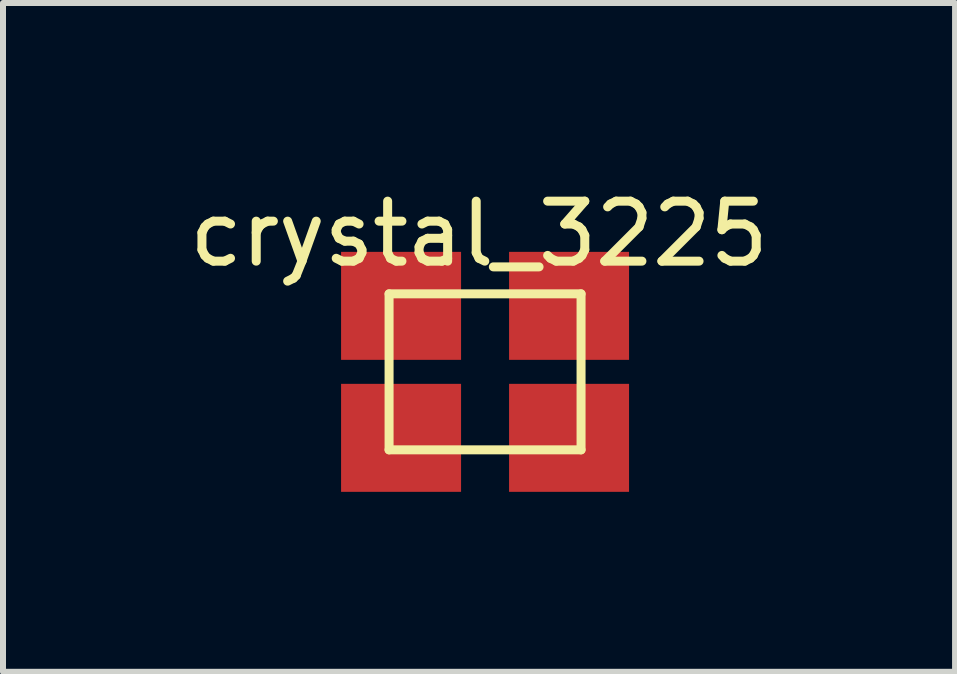
<source format=kicad_pcb>
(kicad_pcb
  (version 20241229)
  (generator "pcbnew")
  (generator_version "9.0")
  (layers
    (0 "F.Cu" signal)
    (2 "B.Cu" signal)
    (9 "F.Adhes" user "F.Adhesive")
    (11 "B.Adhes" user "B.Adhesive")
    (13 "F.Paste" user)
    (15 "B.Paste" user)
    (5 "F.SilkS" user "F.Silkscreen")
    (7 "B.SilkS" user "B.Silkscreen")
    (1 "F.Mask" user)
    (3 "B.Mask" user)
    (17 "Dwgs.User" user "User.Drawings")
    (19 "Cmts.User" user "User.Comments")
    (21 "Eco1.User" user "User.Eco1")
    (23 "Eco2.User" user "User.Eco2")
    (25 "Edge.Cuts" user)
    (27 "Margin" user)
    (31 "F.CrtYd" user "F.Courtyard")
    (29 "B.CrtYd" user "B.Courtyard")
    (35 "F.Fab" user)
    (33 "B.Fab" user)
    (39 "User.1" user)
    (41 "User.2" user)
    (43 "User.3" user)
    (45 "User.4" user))
  (footprint "crystal_3225"
    (layer "F.Cu")
    (at 5.035 3.148)
    (property "Reference" "crystal_3225" (at -0.1 -2.3 0) (layer "F.SilkS") (effects (font (size 1 1) (thickness 0.15))))
    (attr through_hole)
    (fp_line (start -1.6 -1.3) (end 1.6 -1.3) (stroke (width 0.15) (type solid)) (layer "F.SilkS"))
    (fp_line (start -1.6 1.3) (end -1.6 -1.3) (stroke (width 0.15) (type solid)) (layer "F.SilkS"))
    (fp_line (start 1.6 -1.3) (end 1.6 1.3) (stroke (width 0.15) (type solid)) (layer "F.SilkS"))
    (fp_line (start 1.6 1.3) (end -1.6 1.3) (stroke (width 0.15) (type solid)) (layer "F.SilkS"))
    (pad "1" smd rect (at -1.4 1.1) (size 2 1.8) (layers "F.Cu" "F.Mask" "F.Paste"))
    (pad "2" smd rect (at 1.4 -1.1) (size 2 1.8) (layers "F.Cu" "F.Mask" "F.Paste"))
    (pad "3" smd rect (at -1.4 -1.1) (size 2 1.8) (layers "F.Cu" "F.Mask" "F.Paste"))
    (pad "3" smd rect (at 1.4 1.1) (size 2 1.8) (layers "F.Cu" "F.Mask" "F.Paste")))
  (gr_rect
    (start -3 -3)
    (end 12.869 8.148)
    (stroke (width 0.1) (type default))
    (fill no)
    (layer "Edge.Cuts")))
</source>
